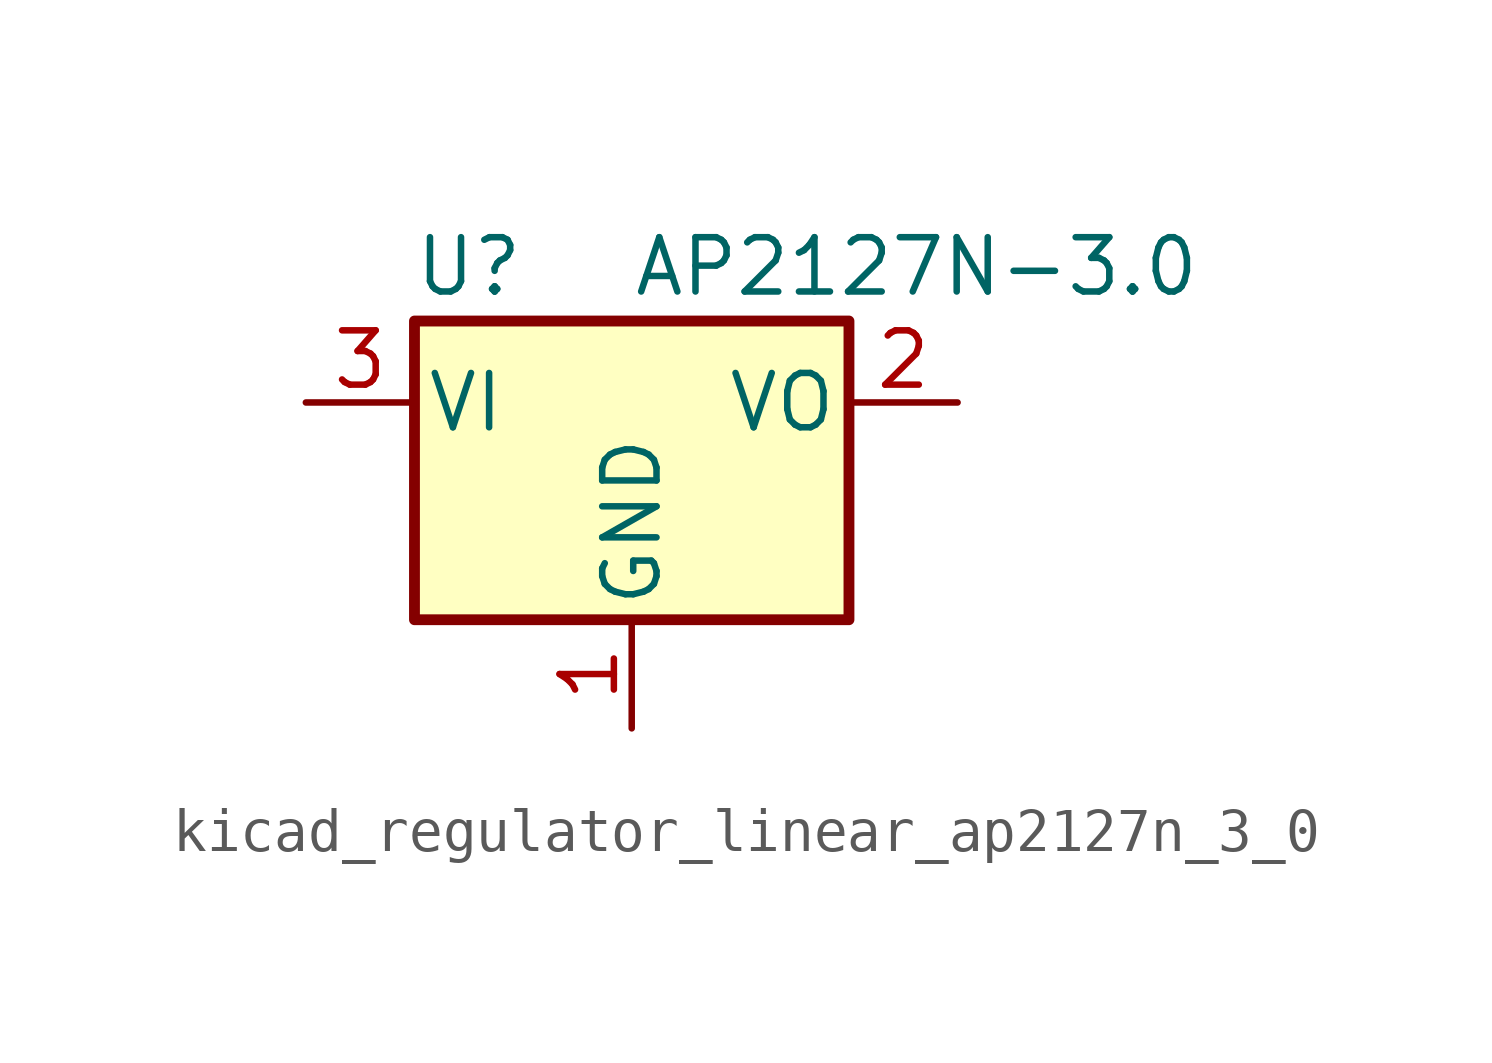
<source format=kicad_sym>
(kicad_symbol_lib
  (version 20220914)
  (generator kicad_symbol_editor)
  (symbol "kicad_regulator_linear_ap2127n_3_0"
    (pin_names
      (offset 0.254))
    (property "Reference" "U"
      (at -3.81 3.175 0)
      (effects (font (size 1.27 1.27))))
    (property "Value" "AP2127N-3.0"
      (at 0 3.175 0)
      (effects (font (size 1.27 1.27)) (justify left)))
    (symbol "kicad_regulator_linear_ap2127n_3_0_0_1"
      (rectangle (start -5.08 1.905) (end 5.08 -5.08) (stroke (width 0.254) (type default)) (fill (type background))))
    (symbol "kicad_regulator_linear_ap2127n_3_0_1_1"
      (pin power_in line (at 0 -7.62 90) (length 2.54) (name "GND" (effects (font (size 1.27 1.27)))) (number "1" (effects (font (size 1.27 1.27)))))
      (pin power_out line (at 7.62 0 180) (length 2.54) (name "VO" (effects (font (size 1.27 1.27)))) (number "2" (effects (font (size 1.27 1.27)))))
      (pin power_in line (at -7.62 0 0) (length 2.54) (name "VI" (effects (font (size 1.27 1.27)))) (number "3" (effects (font (size 1.27 1.27))))))))
</source>
